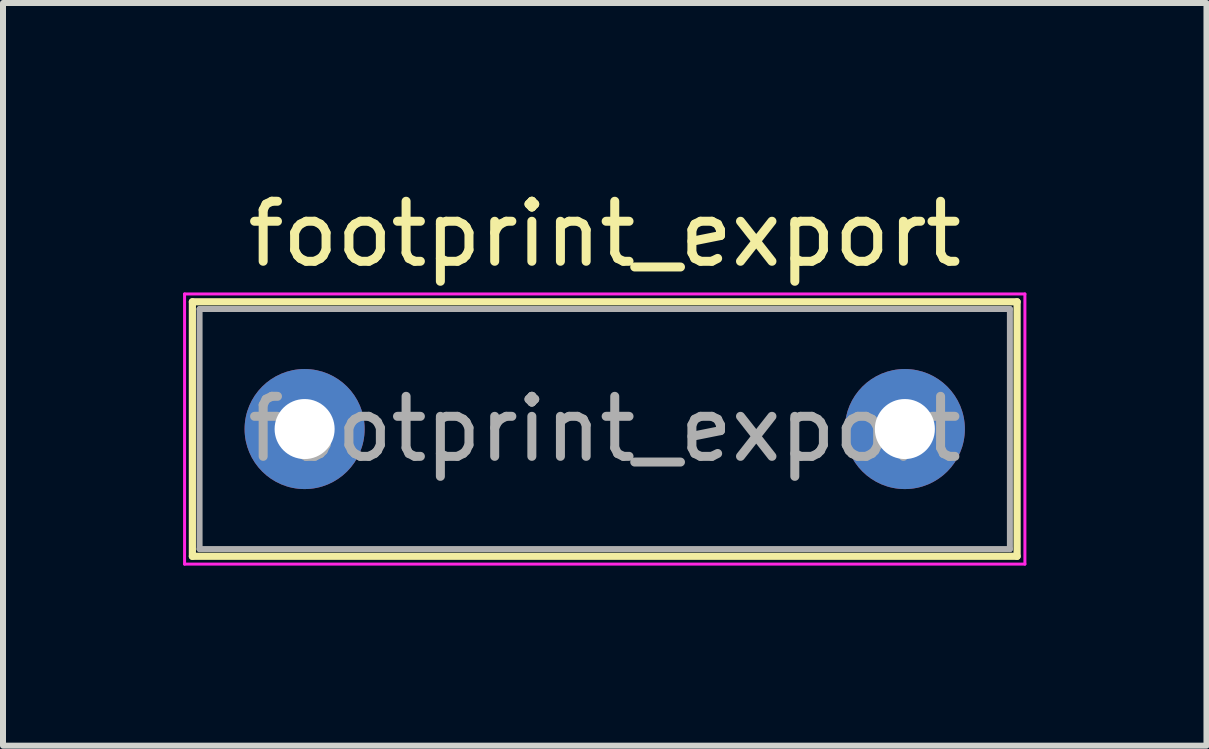
<source format=kicad_pcb>
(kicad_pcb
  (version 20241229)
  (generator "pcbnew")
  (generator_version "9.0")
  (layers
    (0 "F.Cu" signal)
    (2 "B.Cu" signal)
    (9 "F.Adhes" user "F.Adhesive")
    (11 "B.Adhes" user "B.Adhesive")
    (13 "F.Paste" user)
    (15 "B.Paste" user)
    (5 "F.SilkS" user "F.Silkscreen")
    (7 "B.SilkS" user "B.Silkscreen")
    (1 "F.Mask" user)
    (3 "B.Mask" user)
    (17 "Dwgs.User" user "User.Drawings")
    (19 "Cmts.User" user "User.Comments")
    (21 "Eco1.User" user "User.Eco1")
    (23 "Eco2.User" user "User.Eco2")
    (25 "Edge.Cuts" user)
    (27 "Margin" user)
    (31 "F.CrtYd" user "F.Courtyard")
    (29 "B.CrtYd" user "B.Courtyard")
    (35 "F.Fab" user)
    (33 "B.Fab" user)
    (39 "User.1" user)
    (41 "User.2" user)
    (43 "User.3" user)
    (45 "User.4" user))
  (footprint "footprint_export"
    (layer "F.Cu")
    (at 2.025 4.098)
    (property "Reference" "footprint_export" (at 5 -3.25 0) (layer "F.SilkS") (effects (font (size 1 1) (thickness 0.15))))
    (attr through_hole)
    (fp_line (start -1.87 -2.12) (end -1.87 2.12) (stroke (width 0.12) (type solid)) (layer "F.SilkS"))
    (fp_line (start -1.87 -2.12) (end 11.87 -2.12) (stroke (width 0.12) (type solid)) (layer "F.SilkS"))
    (fp_line (start -1.87 2.12) (end 11.87 2.12) (stroke (width 0.12) (type solid)) (layer "F.SilkS"))
    (fp_line (start 11.87 -2.12) (end 11.87 2.12) (stroke (width 0.12) (type solid)) (layer "F.SilkS"))
    (fp_line (start -2 -2.25) (end -2 2.25) (stroke (width 0.05) (type solid)) (layer "F.CrtYd"))
    (fp_line (start -2 2.25) (end 12 2.25) (stroke (width 0.05) (type solid)) (layer "F.CrtYd"))
    (fp_line (start 12 -2.25) (end -2 -2.25) (stroke (width 0.05) (type solid)) (layer "F.CrtYd"))
    (fp_line (start 12 2.25) (end 12 -2.25) (stroke (width 0.05) (type solid)) (layer "F.CrtYd"))
    (fp_line (start -1.75 -2) (end -1.75 2) (stroke (width 0.1) (type solid)) (layer "F.Fab"))
    (fp_line (start -1.75 2) (end 11.75 2) (stroke (width 0.1) (type solid)) (layer "F.Fab"))
    (fp_line (start 11.75 -2) (end -1.75 -2) (stroke (width 0.1) (type solid)) (layer "F.Fab"))
    (fp_line (start 11.75 2) (end 11.75 -2) (stroke (width 0.1) (type solid)) (layer "F.Fab"))
    (fp_text user "${REFERENCE}" (at 5 0 0) (layer "F.Fab") (effects (font (size 1 1) (thickness 0.15))))
    (pad "1" thru_hole circle (at 0 0) (size 2 2) (drill 1) (layers "*.Cu" "*.Mask"))
    (pad "2" thru_hole circle (at 10 0) (size 2 2) (drill 1) (layers "*.Cu" "*.Mask")))
  (gr_rect
    (start -3 -3)
    (end 17.05 9.373)
    (stroke (width 0.1) (type default))
    (fill no)
    (layer "Edge.Cuts")))
</source>
